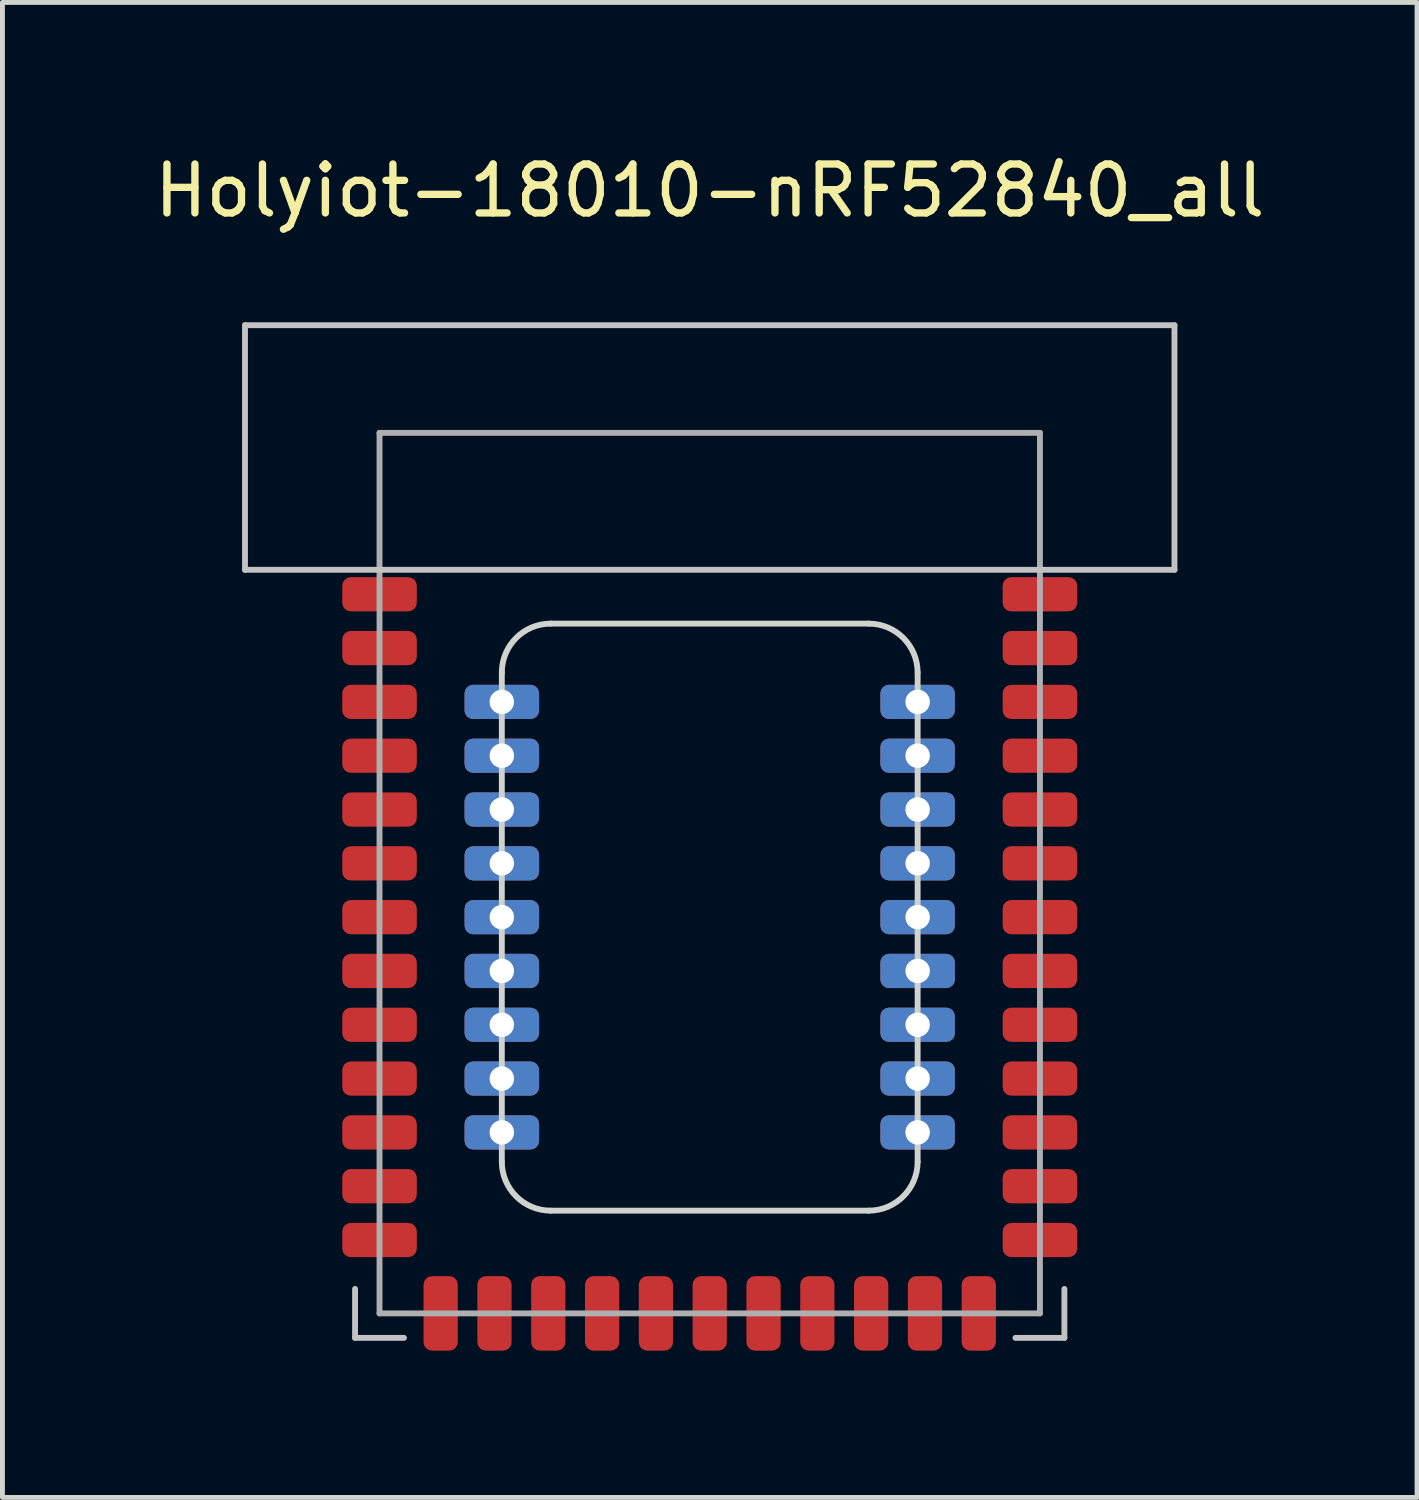
<source format=kicad_pcb>
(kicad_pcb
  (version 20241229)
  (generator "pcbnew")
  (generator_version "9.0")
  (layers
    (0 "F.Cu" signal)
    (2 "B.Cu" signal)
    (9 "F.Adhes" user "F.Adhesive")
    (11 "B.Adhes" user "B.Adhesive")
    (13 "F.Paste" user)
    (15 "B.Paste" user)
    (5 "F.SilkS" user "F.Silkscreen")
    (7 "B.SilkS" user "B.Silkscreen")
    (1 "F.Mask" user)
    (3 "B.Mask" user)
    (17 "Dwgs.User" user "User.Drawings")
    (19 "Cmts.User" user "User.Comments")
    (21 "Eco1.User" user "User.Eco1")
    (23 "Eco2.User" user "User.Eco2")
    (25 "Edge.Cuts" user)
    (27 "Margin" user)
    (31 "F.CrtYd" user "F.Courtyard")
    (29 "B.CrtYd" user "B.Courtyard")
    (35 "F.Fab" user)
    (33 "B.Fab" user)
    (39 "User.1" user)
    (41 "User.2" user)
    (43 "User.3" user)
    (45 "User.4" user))
  (footprint "Holyiot-18010-nRF52840_all"
    (layer "F.Cu")
    (at 11.458 15.698)
    (property "Reference" "Holyiot-18010-nRF52840_all" (at 0 -14.85 0) (unlocked yes) (layer "F.SilkS") (effects (font (size 1 1) (thickness 0.15))))
    (fp_line (start -9.5 -12.1) (end 9.5 -12.1) (stroke (width 0.12) (type solid)) (layer "Dwgs.User"))
    (fp_line (start -9.5 -7.1) (end -9.5 -12.1) (stroke (width 0.12) (type solid)) (layer "Dwgs.User"))
    (fp_line (start -7.25 7.6) (end -7.25 8.6) (stroke (width 0.12) (type solid)) (layer "Dwgs.User"))
    (fp_line (start -6.25 8.6) (end -7.25 8.6) (stroke (width 0.12) (type solid)) (layer "Dwgs.User"))
    (fp_line (start 6.25 8.6) (end 7.25 8.6) (stroke (width 0.12) (type solid)) (layer "Dwgs.User"))
    (fp_line (start 7.25 7.6) (end 7.25 8.6) (stroke (width 0.12) (type solid)) (layer "Dwgs.User"))
    (fp_line (start 9.5 -12.1) (end 9.5 -7.1) (stroke (width 0.12) (type solid)) (layer "Dwgs.User"))
    (fp_line (start 9.5 -7.1) (end -9.5 -7.1) (stroke (width 0.12) (type solid)) (layer "Dwgs.User"))
    (fp_line (start -4.25 5) (end -4.25 -5) (stroke (width 0.12) (type solid)) (layer "Edge.Cuts"))
    (fp_line (start -3.25 -6) (end 3.25 -6) (stroke (width 0.12) (type solid)) (layer "Edge.Cuts"))
    (fp_line (start 3.25 6) (end -3.25 6) (stroke (width 0.12) (type solid)) (layer "Edge.Cuts"))
    (fp_line (start 4.25 -5) (end 4.25 5) (stroke (width 0.12) (type solid)) (layer "Edge.Cuts"))
    (fp_arc (start -4.25 -5) (mid -3.957107 -5.707107) (end -3.25 -6) (stroke (width 0.12) (type solid)) (layer "Edge.Cuts"))
    (fp_arc (start -3.25 6) (mid -3.957107 5.707107) (end -4.25 5) (stroke (width 0.12) (type solid)) (layer "Edge.Cuts"))
    (fp_arc (start 3.25 -6) (mid 3.957107 -5.707107) (end 4.25 -5) (stroke (width 0.12) (type solid)) (layer "Edge.Cuts"))
    (fp_arc (start 4.25 5) (mid 3.957107 5.707107) (end 3.25 6) (stroke (width 0.12) (type solid)) (layer "Edge.Cuts"))
    (fp_line (start -6.75 -9.9) (end 6.75 -9.9) (stroke (width 0.12) (type solid)) (layer "F.Fab"))
    (fp_line (start -6.75 8.1) (end -6.75 -9.9) (stroke (width 0.12) (type solid)) (layer "F.Fab"))
    (fp_line (start 6.75 -9.9) (end 6.75 8.1) (stroke (width 0.12) (type solid)) (layer "F.Fab"))
    (fp_line (start 6.75 8.1) (end -6.75 8.1) (stroke (width 0.12) (type solid)) (layer "F.Fab"))
    (pad "1" smd roundrect (at -6.75 -6.6) (size 1.524 0.7) (layers "F.Cu" "F.Mask" "F.Paste") (roundrect_rratio 0.25))
    (pad "2" smd roundrect (at -6.75 -5.5) (size 1.524 0.7) (layers "F.Cu" "F.Mask" "F.Paste") (roundrect_rratio 0.25))
    (pad "3" smd roundrect (at -6.75 -4.4) (size 1.524 0.7) (layers "F.Cu" "F.Mask" "F.Paste") (roundrect_rratio 0.25))
    (pad "4" smd roundrect (at -6.75 -3.3) (size 1.524 0.7) (layers "F.Cu" "F.Mask" "F.Paste") (roundrect_rratio 0.25))
    (pad "5" smd roundrect (at -6.75 -2.2) (size 1.524 0.7) (layers "F.Cu" "F.Mask" "F.Paste") (roundrect_rratio 0.25))
    (pad "6" smd roundrect (at -6.75 -1.1) (size 1.524 0.7) (layers "F.Cu" "F.Mask" "F.Paste") (roundrect_rratio 0.25))
    (pad "7" smd roundrect (at -6.75 0) (size 1.524 0.7) (layers "F.Cu" "F.Mask" "F.Paste") (roundrect_rratio 0.25))
    (pad "8" smd roundrect (at -6.75 1.1) (size 1.524 0.7) (layers "F.Cu" "F.Mask" "F.Paste") (roundrect_rratio 0.25))
    (pad "9" smd roundrect (at -6.75 2.2) (size 1.524 0.7) (layers "F.Cu" "F.Mask" "F.Paste") (roundrect_rratio 0.25))
    (pad "10" smd roundrect (at -6.75 3.3) (size 1.524 0.7) (layers "F.Cu" "F.Mask" "F.Paste") (roundrect_rratio 0.25))
    (pad "11" smd roundrect (at -6.75 4.4) (size 1.524 0.7) (layers "F.Cu" "F.Mask" "F.Paste") (roundrect_rratio 0.25))
    (pad "12" smd roundrect (at -6.75 5.5) (size 1.524 0.7) (layers "F.Cu" "F.Mask" "F.Paste") (roundrect_rratio 0.25))
    (pad "13" smd roundrect (at -6.75 6.6) (size 1.524 0.7) (layers "F.Cu" "F.Mask" "F.Paste") (roundrect_rratio 0.25))
    (pad "14" smd roundrect (at -5.5 8.1 90) (size 1.524 0.7) (layers "F.Cu" "F.Mask" "F.Paste") (roundrect_rratio 0.25))
    (pad "15" smd roundrect (at -4.4 8.1 90) (size 1.524 0.7) (layers "F.Cu" "F.Mask" "F.Paste") (roundrect_rratio 0.25))
    (pad "16" smd roundrect (at -3.3 8.1 90) (size 1.524 0.7) (layers "F.Cu" "F.Mask" "F.Paste") (roundrect_rratio 0.25))
    (pad "17" smd roundrect (at -2.2 8.1 90) (size 1.524 0.7) (layers "F.Cu" "F.Mask" "F.Paste") (roundrect_rratio 0.25))
    (pad "18" smd roundrect (at -1.1 8.1 90) (size 1.524 0.7) (layers "F.Cu" "F.Mask" "F.Paste") (roundrect_rratio 0.25))
    (pad "19" smd roundrect (at 0 8.1 90) (size 1.524 0.7) (layers "F.Cu" "F.Mask" "F.Paste") (roundrect_rratio 0.25))
    (pad "20" smd roundrect (at 1.1 8.1 90) (size 1.524 0.7) (layers "F.Cu" "F.Mask" "F.Paste") (roundrect_rratio 0.25))
    (pad "21" smd roundrect (at 2.2 8.1 90) (size 1.524 0.7) (layers "F.Cu" "F.Mask" "F.Paste") (roundrect_rratio 0.25))
    (pad "22" smd roundrect (at 3.3 8.1 90) (size 1.524 0.7) (layers "F.Cu" "F.Mask" "F.Paste") (roundrect_rratio 0.25))
    (pad "23" smd roundrect (at 4.4 8.1 90) (size 1.524 0.7) (layers "F.Cu" "F.Mask" "F.Paste") (roundrect_rratio 0.25))
    (pad "24" smd roundrect (at 5.5 8.1 90) (size 1.524 0.7) (layers "F.Cu" "F.Mask" "F.Paste") (roundrect_rratio 0.25))
    (pad "25" smd roundrect (at 6.75 6.6 180) (size 1.524 0.7) (layers "F.Cu" "F.Mask" "F.Paste") (roundrect_rratio 0.25))
    (pad "26" smd roundrect (at 6.75 5.5 180) (size 1.524 0.7) (layers "F.Cu" "F.Mask" "F.Paste") (roundrect_rratio 0.25))
    (pad "27" smd roundrect (at 6.75 4.4 180) (size 1.524 0.7) (layers "F.Cu" "F.Mask" "F.Paste") (roundrect_rratio 0.25))
    (pad "28" smd roundrect (at 6.75 3.3 180) (size 1.524 0.7) (layers "F.Cu" "F.Mask" "F.Paste") (roundrect_rratio 0.25))
    (pad "29" smd roundrect (at 6.75 2.2 180) (size 1.524 0.7) (layers "F.Cu" "F.Mask" "F.Paste") (roundrect_rratio 0.25))
    (pad "30" smd roundrect (at 6.75 1.1 180) (size 1.524 0.7) (layers "F.Cu" "F.Mask" "F.Paste") (roundrect_rratio 0.25))
    (pad "31" smd roundrect (at 6.75 0 180) (size 1.524 0.7) (layers "F.Cu" "F.Mask" "F.Paste") (roundrect_rratio 0.25))
    (pad "32" smd roundrect (at 6.75 -1.1 180) (size 1.524 0.7) (layers "F.Cu" "F.Mask" "F.Paste") (roundrect_rratio 0.25))
    (pad "33" smd roundrect (at 6.75 -2.2 180) (size 1.524 0.7) (layers "F.Cu" "F.Mask" "F.Paste") (roundrect_rratio 0.25))
    (pad "34" smd roundrect (at 6.75 -3.3 180) (size 1.524 0.7) (layers "F.Cu" "F.Mask" "F.Paste") (roundrect_rratio 0.25))
    (pad "35" smd roundrect (at 6.75 -4.4 180) (size 1.524 0.7) (layers "F.Cu" "F.Mask" "F.Paste") (roundrect_rratio 0.25))
    (pad "36" smd roundrect (at 6.75 -5.5 180) (size 1.524 0.7) (layers "F.Cu" "F.Mask" "F.Paste") (roundrect_rratio 0.25))
    (pad "37" smd roundrect (at 6.75 -6.6 180) (size 1.524 0.7) (layers "F.Cu" "F.Mask" "F.Paste") (roundrect_rratio 0.25))
    (pad "38" thru_hole roundrect (at -4.25 -4.4 180) (size 1.524 0.7) (drill 0.5) (layers "*.Cu" "*.Mask") (roundrect_rratio 0.25))
    (pad "39" thru_hole roundrect (at -4.25 -3.3 180) (size 1.524 0.7) (drill 0.5) (layers "*.Cu" "*.Mask") (roundrect_rratio 0.25))
    (pad "40" thru_hole roundrect (at -4.25 -2.2 180) (size 1.524 0.7) (drill 0.5) (layers "*.Cu" "*.Mask") (roundrect_rratio 0.25))
    (pad "41" thru_hole roundrect (at -4.25 -1.1 180) (size 1.524 0.7) (drill 0.5) (layers "*.Cu" "*.Mask") (roundrect_rratio 0.25))
    (pad "42" thru_hole roundrect (at -4.25 0 180) (size 1.524 0.7) (drill 0.5) (layers "*.Cu" "*.Mask") (roundrect_rratio 0.25))
    (pad "43" thru_hole roundrect (at -4.25 1.1 180) (size 1.524 0.7) (drill 0.5) (layers "*.Cu" "*.Mask") (roundrect_rratio 0.25))
    (pad "44" thru_hole roundrect (at -4.25 2.2 180) (size 1.524 0.7) (drill 0.5) (layers "*.Cu" "*.Mask") (roundrect_rratio 0.25))
    (pad "45" thru_hole roundrect (at -4.25 3.3 180) (size 1.524 0.7) (drill 0.5) (layers "*.Cu" "*.Mask") (roundrect_rratio 0.25))
    (pad "46" thru_hole roundrect (at -4.25 4.4 180) (size 1.524 0.7) (drill 0.5) (layers "*.Cu" "*.Mask") (roundrect_rratio 0.25))
    (pad "47" thru_hole roundrect (at 4.25 -4.4 180) (size 1.524 0.7) (drill 0.5) (layers "*.Cu" "*.Mask") (roundrect_rratio 0.25))
    (pad "48" thru_hole roundrect (at 4.25 -3.3 180) (size 1.524 0.7) (drill 0.5) (layers "*.Cu" "*.Mask") (roundrect_rratio 0.25))
    (pad "49" thru_hole roundrect (at 4.25 -2.2 180) (size 1.524 0.7) (drill 0.5) (layers "*.Cu" "*.Mask") (roundrect_rratio 0.25))
    (pad "50" thru_hole roundrect (at 4.25 -1.1 180) (size 1.524 0.7) (drill 0.5) (layers "*.Cu" "*.Mask") (roundrect_rratio 0.25))
    (pad "51" thru_hole roundrect (at 4.25 0 180) (size 1.524 0.7) (drill 0.5) (layers "*.Cu" "*.Mask") (roundrect_rratio 0.25))
    (pad "52" thru_hole roundrect (at 4.25 1.1 180) (size 1.524 0.7) (drill 0.5) (layers "*.Cu" "*.Mask") (roundrect_rratio 0.25))
    (pad "53" thru_hole roundrect (at 4.25 2.2 180) (size 1.524 0.7) (drill 0.5) (layers "*.Cu" "*.Mask") (roundrect_rratio 0.25))
    (pad "54" thru_hole roundrect (at 4.25 3.3 180) (size 1.524 0.7) (drill 0.5) (layers "*.Cu" "*.Mask") (roundrect_rratio 0.25))
    (pad "55" thru_hole roundrect (at 4.25 4.4 180) (size 1.524 0.7) (drill 0.5) (layers "*.Cu" "*.Mask") (roundrect_rratio 0.25)))
  (gr_rect
    (start -3 -3)
    (end 25.917 27.56)
    (stroke (width 0.1) (type default))
    (fill no)
    (layer "Edge.Cuts")))
</source>
